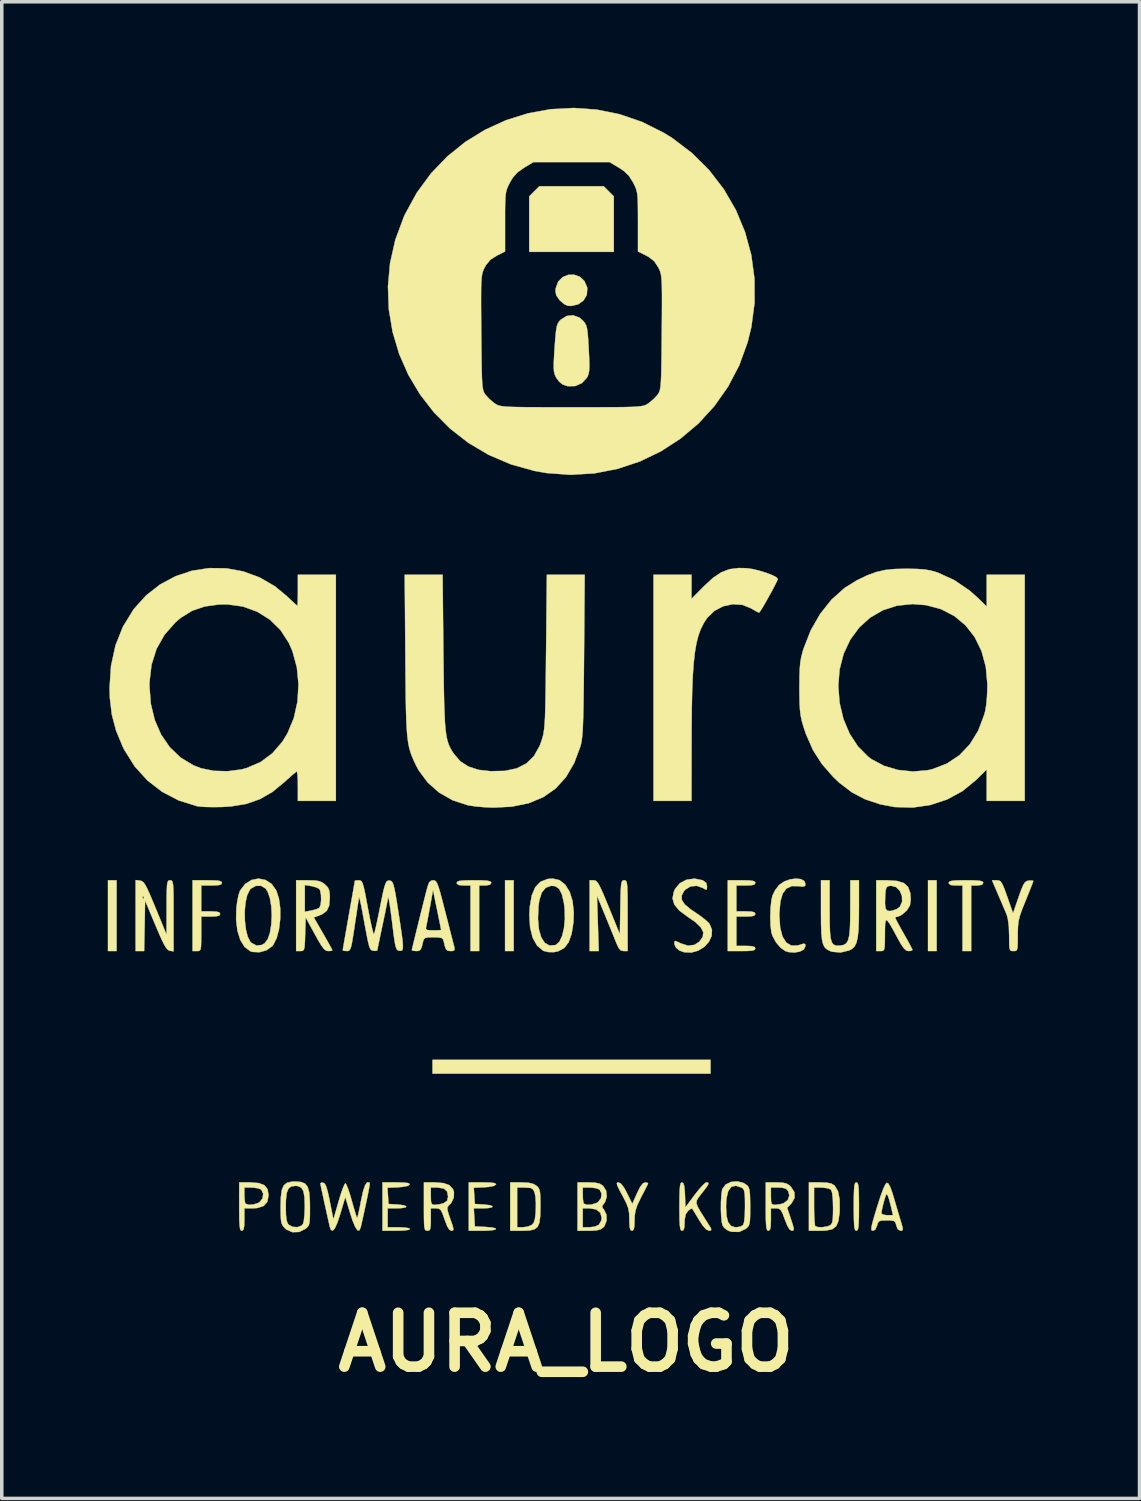
<source format=kicad_pcb>
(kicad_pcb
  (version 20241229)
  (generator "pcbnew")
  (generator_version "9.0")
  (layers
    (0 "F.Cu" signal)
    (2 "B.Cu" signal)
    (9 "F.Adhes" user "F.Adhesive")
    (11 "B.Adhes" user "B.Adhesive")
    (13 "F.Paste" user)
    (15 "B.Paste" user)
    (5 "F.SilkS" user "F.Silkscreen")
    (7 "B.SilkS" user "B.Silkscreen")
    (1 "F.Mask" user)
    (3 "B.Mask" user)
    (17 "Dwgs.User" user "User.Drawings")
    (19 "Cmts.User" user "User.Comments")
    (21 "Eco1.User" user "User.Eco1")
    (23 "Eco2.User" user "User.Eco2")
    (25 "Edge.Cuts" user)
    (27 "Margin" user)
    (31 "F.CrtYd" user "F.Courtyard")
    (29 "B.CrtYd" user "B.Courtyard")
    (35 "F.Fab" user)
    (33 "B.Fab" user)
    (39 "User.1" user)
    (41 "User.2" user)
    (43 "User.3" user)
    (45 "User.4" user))
  (footprint "AURA_LOGO"
    (layer "F.Cu")
    (at 13.096 17.021)
    (property "Reference" "AURA_LOGO" (at -0.127 17.907 0) (layer "F.SilkS") (effects (font (size 1.524 1.524) (thickness 0.3))))
    (attr through_hole)
    (fp_poly (pts (xy -12.847 6.838) (xy -13.091 6.838) (xy -13.091 4.836) (xy -12.847 4.836) (xy -12.847 6.838)) (stroke (width 0.01) (type solid)) (fill yes) (layer "F.SilkS"))
    (fp_poly (pts (xy -1.612 6.838) (xy -1.856 6.838) (xy -1.856 4.836) (xy -1.612 4.836) (xy -1.612 6.838)) (stroke (width 0.01) (type solid)) (fill yes) (layer "F.SilkS"))
    (fp_poly (pts (xy 3.957 10.307) (xy -3.908 10.307) (xy -3.908 9.916) (xy 3.957 9.916) (xy 3.957 10.307)) (stroke (width 0.01) (type solid)) (fill yes) (layer "F.SilkS"))
    (fp_poly (pts (xy 10.355 6.838) (xy 10.111 6.838) (xy 10.111 4.836) (xy 10.355 4.836) (xy 10.355 6.838)) (stroke (width 0.01) (type solid)) (fill yes) (layer "F.SilkS"))
    (fp_poly (pts (xy 1.221 -14.515) (xy 1.221 -12.944) (xy -1.172 -12.944) (xy -1.172 -14.515) (xy -1.03 -14.658) (xy -0.887 -14.8) (xy 0.936 -14.8) (xy 1.221 -14.515)) (stroke (width 0.01) (type solid)) (fill yes) (layer "F.SilkS"))
    (fp_poly (pts (xy 0.259 -12.241) (xy 0.388 -12.122) (xy 0.466 -11.943) (xy 0.471 -11.916) (xy 0.457 -11.727) (xy 0.365 -11.57) (xy 0.213 -11.46) (xy 0.02 -11.414) (xy -0.084 -11.42) (xy -0.184 -11.467) (xy -0.296 -11.562) (xy -0.321 -11.589) (xy -0.407 -11.715) (xy -0.43 -11.836) (xy -0.422 -11.916) (xy -0.353 -12.103) (xy -0.228 -12.229) (xy -0.071 -12.294) (xy 0.099 -12.298) (xy 0.259 -12.241)) (stroke (width 0.01) (type solid)) (fill yes) (layer "F.SilkS"))
    (fp_poly (pts (xy -2.508 4.838) (xy -2.361 4.847) (xy -2.281 4.865) (xy -2.249 4.894) (xy -2.247 4.909) (xy -2.284 4.963) (xy -2.402 4.982) (xy -2.418 4.982) (xy -2.589 4.982) (xy -2.589 6.838) (xy -2.833 6.838) (xy -2.833 4.982) (xy -3.028 4.982) (xy -3.164 4.97) (xy -3.22 4.93) (xy -3.224 4.909) (xy -3.208 4.875) (xy -3.149 4.853) (xy -3.03 4.841) (xy -2.837 4.836) (xy -2.735 4.836) (xy -2.508 4.838)) (stroke (width 0.01) (type solid)) (fill yes) (layer "F.SilkS"))
    (fp_poly (pts (xy 11.414 4.838) (xy 11.56 4.847) (xy 11.641 4.865) (xy 11.672 4.894) (xy 11.674 4.909) (xy 11.637 4.963) (xy 11.519 4.982) (xy 11.503 4.982) (xy 11.332 4.982) (xy 11.332 6.838) (xy 11.088 6.838) (xy 11.088 4.982) (xy 10.893 4.982) (xy 10.757 4.97) (xy 10.701 4.93) (xy 10.697 4.909) (xy 10.713 4.875) (xy 10.773 4.853) (xy 10.891 4.841) (xy 11.084 4.836) (xy 11.186 4.836) (xy 11.414 4.838)) (stroke (width 0.01) (type solid)) (fill yes) (layer "F.SilkS"))
    (fp_poly (pts (xy 8.114 13.398) (xy 8.134 13.448) (xy 8.147 13.549) (xy 8.154 13.715) (xy 8.157 13.959) (xy 8.157 14.068) (xy 8.156 14.343) (xy 8.15 14.536) (xy 8.14 14.658) (xy 8.122 14.725) (xy 8.096 14.75) (xy 8.084 14.752) (xy 8.054 14.738) (xy 8.034 14.687) (xy 8.021 14.586) (xy 8.014 14.421) (xy 8.011 14.176) (xy 8.011 14.068) (xy 8.012 13.792) (xy 8.018 13.6) (xy 8.028 13.477) (xy 8.046 13.41) (xy 8.072 13.385) (xy 8.084 13.384) (xy 8.114 13.398)) (stroke (width 0.01) (type solid)) (fill yes) (layer "F.SilkS"))
    (fp_poly (pts (xy -10.075 4.839) (xy -9.947 4.85) (xy -9.884 4.873) (xy -9.867 4.909) (xy -9.889 4.952) (xy -9.969 4.974) (xy -10.125 4.982) (xy -10.16 4.982) (xy -10.453 4.982) (xy -10.453 5.715) (xy -10.184 5.715) (xy -10.022 5.722) (xy -9.939 5.745) (xy -9.916 5.788) (xy -9.94 5.832) (xy -10.025 5.855) (xy -10.184 5.862) (xy -10.453 5.862) (xy -10.453 6.35) (xy -10.454 6.572) (xy -10.459 6.713) (xy -10.473 6.793) (xy -10.501 6.829) (xy -10.546 6.838) (xy -10.575 6.838) (xy -10.697 6.838) (xy -10.697 4.836) (xy -10.282 4.836) (xy -10.075 4.839)) (stroke (width 0.01) (type solid)) (fill yes) (layer "F.SilkS"))
    (fp_poly (pts (xy -4.724 13.388) (xy -4.603 13.402) (xy -4.555 13.427) (xy -4.555 13.445) (xy -4.615 13.484) (xy -4.758 13.511) (xy -4.879 13.521) (xy -5.183 13.535) (xy -5.168 13.765) (xy -5.153 13.994) (xy -4.897 14.009) (xy -4.727 14.03) (xy -4.651 14.059) (xy -4.669 14.09) (xy -4.781 14.111) (xy -4.909 14.117) (xy -5.178 14.117) (xy -5.178 14.654) (xy -4.86 14.654) (xy -4.694 14.661) (xy -4.581 14.679) (xy -4.543 14.703) (xy -4.588 14.727) (xy -4.713 14.744) (xy -4.899 14.751) (xy -4.933 14.752) (xy -5.324 14.752) (xy -5.324 13.384) (xy -4.929 13.384) (xy -4.724 13.388)) (stroke (width 0.01) (type solid)) (fill yes) (layer "F.SilkS"))
    (fp_poly (pts (xy -2.281 13.388) (xy -2.161 13.402) (xy -2.113 13.427) (xy -2.112 13.445) (xy -2.173 13.484) (xy -2.316 13.511) (xy -2.437 13.521) (xy -2.741 13.535) (xy -2.726 13.765) (xy -2.711 13.994) (xy -2.455 14.009) (xy -2.284 14.029) (xy -2.209 14.059) (xy -2.227 14.089) (xy -2.337 14.111) (xy -2.469 14.117) (xy -2.74 14.117) (xy -2.726 14.373) (xy -2.711 14.629) (xy -2.406 14.644) (xy -2.217 14.661) (xy -2.122 14.684) (xy -2.115 14.71) (xy -2.193 14.733) (xy -2.351 14.748) (xy -2.491 14.752) (xy -2.882 14.752) (xy -2.882 13.384) (xy -2.487 13.384) (xy -2.281 13.388)) (stroke (width 0.01) (type solid)) (fill yes) (layer "F.SilkS"))
    (fp_poly (pts (xy 5.036 4.839) (xy 5.157 4.852) (xy 5.214 4.877) (xy 5.227 4.909) (xy 5.202 4.953) (xy 5.118 4.976) (xy 4.958 4.982) (xy 4.689 4.982) (xy 4.689 5.715) (xy 4.958 5.715) (xy 5.12 5.722) (xy 5.203 5.745) (xy 5.227 5.788) (xy 5.202 5.832) (xy 5.118 5.855) (xy 4.958 5.862) (xy 4.689 5.862) (xy 4.689 6.692) (xy 4.958 6.692) (xy 5.12 6.699) (xy 5.203 6.722) (xy 5.227 6.765) (xy 5.208 6.803) (xy 5.141 6.825) (xy 5.009 6.836) (xy 4.836 6.838) (xy 4.445 6.838) (xy 4.445 4.836) (xy 4.836 4.836) (xy 5.036 4.839)) (stroke (width 0.01) (type solid)) (fill yes) (layer "F.SilkS"))
    (fp_poly (pts (xy 0.251 -11.084) (xy 0.346 -11.001) (xy 0.399 -10.937) (xy 0.436 -10.869) (xy 0.463 -10.777) (xy 0.482 -10.645) (xy 0.497 -10.451) (xy 0.511 -10.194) (xy 0.525 -9.921) (xy 0.529 -9.725) (xy 0.524 -9.59) (xy 0.508 -9.495) (xy 0.48 -9.421) (xy 0.461 -9.386) (xy 0.316 -9.23) (xy 0.126 -9.147) (xy -0.087 -9.145) (xy -0.227 -9.192) (xy -0.322 -9.269) (xy -0.411 -9.388) (xy -0.416 -9.398) (xy -0.449 -9.471) (xy -0.47 -9.554) (xy -0.479 -9.667) (xy -0.477 -9.828) (xy -0.465 -10.056) (xy -0.454 -10.225) (xy -0.435 -10.496) (xy -0.416 -10.688) (xy -0.396 -10.819) (xy -0.368 -10.907) (xy -0.331 -10.97) (xy -0.284 -11.022) (xy -0.115 -11.13) (xy 0.071 -11.15) (xy 0.251 -11.084)) (stroke (width 0.01) (type solid)) (fill yes) (layer "F.SilkS"))
    (fp_poly (pts (xy 2.181 13.399) (xy 2.19 13.42) (xy 2.161 13.478) (xy 2.099 13.6) (xy 2.015 13.761) (xy 1.99 13.81) (xy 1.891 14.015) (xy 1.835 14.177) (xy 1.811 14.334) (xy 1.807 14.457) (xy 1.802 14.628) (xy 1.782 14.72) (xy 1.743 14.751) (xy 1.734 14.752) (xy 1.693 14.73) (xy 1.67 14.655) (xy 1.661 14.507) (xy 1.661 14.432) (xy 1.655 14.258) (xy 1.631 14.117) (xy 1.577 13.974) (xy 1.484 13.79) (xy 1.461 13.748) (xy 1.366 13.571) (xy 1.316 13.462) (xy 1.307 13.405) (xy 1.333 13.385) (xy 1.353 13.384) (xy 1.427 13.422) (xy 1.516 13.541) (xy 1.594 13.687) (xy 1.744 13.991) (xy 1.88 13.687) (xy 1.969 13.509) (xy 2.043 13.412) (xy 2.111 13.384) (xy 2.181 13.399)) (stroke (width 0.01) (type solid)) (fill yes) (layer "F.SilkS"))
    (fp_poly (pts (xy -1.192 13.394) (xy -1.054 13.427) (xy -0.97 13.477) (xy -0.917 13.527) (xy -0.884 13.588) (xy -0.865 13.68) (xy -0.857 13.827) (xy -0.855 14.048) (xy -0.855 14.058) (xy -0.86 14.332) (xy -0.884 14.522) (xy -0.937 14.645) (xy -1.03 14.714) (xy -1.175 14.745) (xy -1.375 14.752) (xy -1.71 14.752) (xy -1.71 13.53) (xy -1.514 13.53) (xy -1.514 14.654) (xy -1.353 14.654) (xy -1.209 14.633) (xy -1.097 14.585) (xy -1.045 14.526) (xy -1.012 14.426) (xy -0.992 14.263) (xy -0.986 14.158) (xy -0.984 13.96) (xy -0.997 13.784) (xy -1.02 13.666) (xy -1.02 13.665) (xy -1.065 13.581) (xy -1.133 13.541) (xy -1.26 13.531) (xy -1.293 13.53) (xy -1.514 13.53) (xy -1.71 13.53) (xy -1.71 13.384) (xy -1.398 13.384) (xy -1.192 13.394)) (stroke (width 0.01) (type solid)) (fill yes) (layer "F.SilkS"))
    (fp_poly (pts (xy 0.699 4.844) (xy 0.743 4.877) (xy 0.793 4.946) (xy 0.854 5.066) (xy 0.935 5.247) (xy 1.041 5.504) (xy 1.081 5.6) (xy 1.392 6.365) (xy 1.406 5.6) (xy 1.411 5.312) (xy 1.418 5.106) (xy 1.428 4.97) (xy 1.443 4.89) (xy 1.465 4.85) (xy 1.497 4.837) (xy 1.515 4.836) (xy 1.548 4.84) (xy 1.572 4.86) (xy 1.589 4.909) (xy 1.601 4.999) (xy 1.607 5.143) (xy 1.611 5.353) (xy 1.612 5.641) (xy 1.612 5.837) (xy 1.612 6.838) (xy 1.497 6.838) (xy 1.421 6.821) (xy 1.36 6.754) (xy 1.295 6.618) (xy 1.281 6.582) (xy 1.22 6.429) (xy 1.134 6.217) (xy 1.036 5.978) (xy 0.963 5.799) (xy 0.745 5.272) (xy 0.795 6.838) (xy 0.537 6.838) (xy 0.537 4.836) (xy 0.653 4.836) (xy 0.699 4.844)) (stroke (width 0.01) (type solid)) (fill yes) (layer "F.SilkS"))
    (fp_poly (pts (xy 7.327 5.687) (xy 7.329 6.029) (xy 7.337 6.284) (xy 7.355 6.466) (xy 7.386 6.585) (xy 7.435 6.653) (xy 7.504 6.683) (xy 7.598 6.686) (xy 7.637 6.682) (xy 7.729 6.663) (xy 7.799 6.619) (xy 7.848 6.537) (xy 7.881 6.406) (xy 7.901 6.212) (xy 7.91 5.944) (xy 7.912 5.63) (xy 7.913 4.836) (xy 8.157 4.836) (xy 8.157 5.605) (xy 8.154 5.971) (xy 8.143 6.251) (xy 8.12 6.46) (xy 8.084 6.609) (xy 8.032 6.711) (xy 7.96 6.779) (xy 7.887 6.818) (xy 7.637 6.879) (xy 7.399 6.858) (xy 7.344 6.839) (xy 7.257 6.795) (xy 7.191 6.737) (xy 7.144 6.649) (xy 7.113 6.52) (xy 7.094 6.334) (xy 7.085 6.079) (xy 7.083 5.741) (xy 7.083 5.704) (xy 7.083 4.836) (xy 7.327 4.836) (xy 7.327 5.687)) (stroke (width 0.01) (type solid)) (fill yes) (layer "F.SilkS"))
    (fp_poly (pts (xy -8.822 13.403) (xy -8.664 13.464) (xy -8.576 13.575) (xy -8.548 13.743) (xy -8.548 13.75) (xy -8.582 13.933) (xy -8.687 14.051) (xy -8.867 14.109) (xy -8.988 14.117) (xy -9.232 14.117) (xy -9.232 14.434) (xy -9.237 14.612) (xy -9.254 14.711) (xy -9.289 14.749) (xy -9.305 14.752) (xy -9.335 14.738) (xy -9.355 14.687) (xy -9.368 14.586) (xy -9.376 14.421) (xy -9.378 14.176) (xy -9.378 14.068) (xy -9.378 13.53) (xy -9.232 13.53) (xy -9.232 13.742) (xy -9.225 13.879) (xy -9.208 13.971) (xy -9.199 13.986) (xy -9.111 14.017) (xy -8.979 14.009) (xy -8.846 13.968) (xy -8.803 13.943) (xy -8.717 13.835) (xy -8.699 13.703) (xy -8.753 13.589) (xy -8.836 13.552) (xy -8.972 13.532) (xy -9.022 13.53) (xy -9.232 13.53) (xy -9.378 13.53) (xy -9.378 13.384) (xy -9.061 13.384) (xy -8.822 13.403)) (stroke (width 0.01) (type solid)) (fill yes) (layer "F.SilkS"))
    (fp_poly (pts (xy 7.252 13.391) (xy 7.376 13.417) (xy 7.46 13.468) (xy 7.471 13.479) (xy 7.564 13.633) (xy 7.61 13.865) (xy 7.612 14.18) (xy 7.607 14.254) (xy 7.575 14.479) (xy 7.513 14.625) (xy 7.401 14.709) (xy 7.224 14.746) (xy 7.053 14.752) (xy 6.741 14.752) (xy 6.741 13.53) (xy 6.887 13.53) (xy 6.887 14.06) (xy 6.89 14.278) (xy 6.898 14.459) (xy 6.909 14.581) (xy 6.92 14.621) (xy 7.001 14.649) (xy 7.13 14.651) (xy 7.264 14.628) (xy 7.33 14.603) (xy 7.375 14.568) (xy 7.403 14.508) (xy 7.418 14.401) (xy 7.424 14.229) (xy 7.425 14.1) (xy 7.418 13.851) (xy 7.398 13.678) (xy 7.368 13.591) (xy 7.366 13.589) (xy 7.283 13.552) (xy 7.147 13.532) (xy 7.097 13.53) (xy 6.887 13.53) (xy 6.741 13.53) (xy 6.741 13.384) (xy 7.058 13.384) (xy 7.252 13.391)) (stroke (width 0.01) (type solid)) (fill yes) (layer "F.SilkS"))
    (fp_poly (pts (xy 6.514 4.803) (xy 6.612 4.857) (xy 6.643 4.935) (xy 6.631 4.996) (xy 6.578 5.016) (xy 6.456 5.002) (xy 6.454 5.002) (xy 6.256 5) (xy 6.105 5.069) (xy 5.999 5.213) (xy 5.934 5.437) (xy 5.907 5.747) (xy 5.905 5.845) (xy 5.928 6.175) (xy 5.993 6.427) (xy 6.099 6.597) (xy 6.244 6.682) (xy 6.425 6.68) (xy 6.498 6.657) (xy 6.598 6.627) (xy 6.637 6.644) (xy 6.643 6.697) (xy 6.6 6.789) (xy 6.488 6.852) (xy 6.334 6.88) (xy 6.166 6.867) (xy 6.077 6.84) (xy 5.939 6.744) (xy 5.808 6.588) (xy 5.71 6.407) (xy 5.68 6.312) (xy 5.656 6.119) (xy 5.648 5.879) (xy 5.656 5.63) (xy 5.679 5.409) (xy 5.71 5.267) (xy 5.786 5.114) (xy 5.895 4.973) (xy 5.904 4.964) (xy 6.042 4.87) (xy 6.205 4.811) (xy 6.37 4.788) (xy 6.514 4.803)) (stroke (width 0.01) (type solid)) (fill yes) (layer "F.SilkS"))
    (fp_poly (pts (xy 4.981 -3.994) (xy 5.146 -3.97) (xy 5.335 -3.925) (xy 5.524 -3.867) (xy 5.691 -3.804) (xy 5.811 -3.744) (xy 5.861 -3.695) (xy 5.862 -3.692) (xy 5.84 -3.633) (xy 5.781 -3.515) (xy 5.699 -3.358) (xy 5.603 -3.184) (xy 5.507 -3.014) (xy 5.422 -2.868) (xy 5.359 -2.769) (xy 5.332 -2.737) (xy 5.275 -2.761) (xy 5.166 -2.822) (xy 5.104 -2.859) (xy 4.855 -2.958) (xy 4.584 -2.976) (xy 4.314 -2.917) (xy 4.066 -2.786) (xy 3.865 -2.59) (xy 3.857 -2.579) (xy 3.762 -2.433) (xy 3.682 -2.272) (xy 3.614 -2.088) (xy 3.559 -1.871) (xy 3.515 -1.613) (xy 3.481 -1.306) (xy 3.455 -0.94) (xy 3.438 -0.507) (xy 3.427 0.002) (xy 3.422 0.596) (xy 3.421 0.916) (xy 3.419 2.589) (xy 2.345 2.589) (xy 2.345 -3.81) (xy 3.419 -3.81) (xy 3.419 -3.128) (xy 3.773 -3.486) (xy 4.026 -3.72) (xy 4.258 -3.876) (xy 4.492 -3.966) (xy 4.752 -4) (xy 4.981 -3.994)) (stroke (width 0.01) (type solid)) (fill yes) (layer "F.SilkS"))
    (fp_poly (pts (xy 12.119 4.842) (xy 12.169 4.872) (xy 12.215 4.943) (xy 12.27 5.071) (xy 12.343 5.273) (xy 12.353 5.301) (xy 12.517 5.767) (xy 12.674 5.313) (xy 12.749 5.103) (xy 12.806 4.968) (xy 12.856 4.892) (xy 12.909 4.856) (xy 12.961 4.845) (xy 13.056 4.842) (xy 13.091 4.855) (xy 13.073 4.907) (xy 13.026 5.031) (xy 12.955 5.208) (xy 12.871 5.417) (xy 12.775 5.655) (xy 12.712 5.834) (xy 12.675 5.983) (xy 12.657 6.132) (xy 12.651 6.311) (xy 12.651 6.396) (xy 12.65 6.605) (xy 12.644 6.735) (xy 12.627 6.805) (xy 12.594 6.833) (xy 12.541 6.838) (xy 12.529 6.838) (xy 12.471 6.835) (xy 12.435 6.812) (xy 12.416 6.75) (xy 12.408 6.63) (xy 12.407 6.434) (xy 12.407 6.405) (xy 12.398 6.143) (xy 12.371 5.931) (xy 12.338 5.806) (xy 12.286 5.685) (xy 12.21 5.507) (xy 12.123 5.304) (xy 12.095 5.239) (xy 11.922 4.836) (xy 12.056 4.836) (xy 12.119 4.842)) (stroke (width 0.01) (type solid)) (fill yes) (layer "F.SilkS"))
    (fp_poly (pts (xy -12.183 4.845) (xy -12.133 4.858) (xy -12.086 4.894) (xy -12.035 4.966) (xy -11.973 5.085) (xy -11.892 5.266) (xy -11.785 5.521) (xy -11.745 5.617) (xy -11.434 6.374) (xy -11.432 5.605) (xy -11.431 5.315) (xy -11.427 5.109) (xy -11.42 4.973) (xy -11.406 4.891) (xy -11.385 4.851) (xy -11.355 4.837) (xy -11.332 4.836) (xy -11.3 4.84) (xy -11.275 4.859) (xy -11.258 4.907) (xy -11.246 4.995) (xy -11.239 5.137) (xy -11.236 5.344) (xy -11.235 5.628) (xy -11.235 5.841) (xy -11.235 6.845) (xy -11.343 6.83) (xy -11.391 6.809) (xy -11.443 6.752) (xy -11.506 6.647) (xy -11.586 6.482) (xy -11.691 6.243) (xy -11.746 6.112) (xy -12.041 5.41) (xy -12.054 6.124) (xy -12.068 6.838) (xy -12.309 6.838) (xy -12.309 5.324) (xy -12.114 5.324) (xy -12.096 5.364) (xy -12.081 5.357) (xy -12.075 5.299) (xy -12.081 5.292) (xy -12.11 5.298) (xy -12.114 5.324) (xy -12.309 5.324) (xy -12.309 4.829) (xy -12.183 4.845)) (stroke (width 0.01) (type solid)) (fill yes) (layer "F.SilkS"))
    (fp_poly (pts (xy -0.315 4.832) (xy -0.153 4.96) (xy -0.028 5.162) (xy 0.054 5.425) (xy 0.088 5.741) (xy 0.079 6.023) (xy 0.028 6.348) (xy -0.057 6.588) (xy -0.182 6.751) (xy -0.352 6.844) (xy -0.472 6.869) (xy -0.631 6.867) (xy -0.769 6.833) (xy -0.78 6.827) (xy -0.951 6.683) (xy -1.075 6.46) (xy -1.148 6.167) (xy -1.162 5.929) (xy -0.925 5.929) (xy -0.898 6.224) (xy -0.832 6.452) (xy -0.732 6.606) (xy -0.599 6.681) (xy -0.437 6.669) (xy -0.417 6.662) (xy -0.32 6.576) (xy -0.242 6.413) (xy -0.189 6.191) (xy -0.163 5.931) (xy -0.169 5.651) (xy -0.191 5.476) (xy -0.247 5.234) (xy -0.326 5.078) (xy -0.435 5.002) (xy -0.554 4.992) (xy -0.706 5.047) (xy -0.816 5.181) (xy -0.886 5.397) (xy -0.911 5.575) (xy -0.925 5.929) (xy -1.162 5.929) (xy -1.169 5.812) (xy -1.156 5.585) (xy -1.101 5.266) (xy -1.002 5.032) (xy -0.854 4.878) (xy -0.655 4.799) (xy -0.51 4.787) (xy -0.315 4.832)) (stroke (width 0.01) (type solid)) (fill yes) (layer "F.SilkS"))
    (fp_poly (pts (xy 3.734 4.835) (xy 3.835 4.907) (xy 3.859 5.007) (xy 3.853 5.091) (xy 3.818 5.1) (xy 3.74 5.053) (xy 3.568 4.992) (xy 3.39 5.01) (xy 3.24 5.102) (xy 3.21 5.137) (xy 3.141 5.268) (xy 3.144 5.39) (xy 3.225 5.515) (xy 3.39 5.654) (xy 3.513 5.737) (xy 3.682 5.853) (xy 3.825 5.965) (xy 3.917 6.052) (xy 3.927 6.064) (xy 3.998 6.237) (xy 3.988 6.413) (xy 3.911 6.578) (xy 3.78 6.72) (xy 3.611 6.825) (xy 3.418 6.88) (xy 3.216 6.873) (xy 3.077 6.824) (xy 2.981 6.742) (xy 2.94 6.654) (xy 2.933 6.574) (xy 2.96 6.552) (xy 3.041 6.584) (xy 3.108 6.618) (xy 3.318 6.686) (xy 3.506 6.662) (xy 3.641 6.572) (xy 3.738 6.439) (xy 3.753 6.307) (xy 3.685 6.17) (xy 3.529 6.019) (xy 3.301 5.861) (xy 3.071 5.69) (xy 2.933 5.522) (xy 2.883 5.349) (xy 2.919 5.161) (xy 2.956 5.078) (xy 3.09 4.918) (xy 3.281 4.819) (xy 3.505 4.789) (xy 3.734 4.835)) (stroke (width 0.01) (type solid)) (fill yes) (layer "F.SilkS"))
    (fp_poly (pts (xy -8.636 4.826) (xy -8.46 4.939) (xy -8.329 5.123) (xy -8.254 5.354) (xy -8.217 5.63) (xy -8.217 5.926) (xy -8.251 6.215) (xy -8.317 6.469) (xy -8.414 6.664) (xy -8.442 6.699) (xy -8.604 6.815) (xy -8.806 6.872) (xy -9.008 6.862) (xy -9.066 6.842) (xy -9.225 6.723) (xy -9.347 6.524) (xy -9.429 6.26) (xy -9.466 5.942) (xy -9.46 5.714) (xy -9.222 5.714) (xy -9.218 5.973) (xy -9.19 6.219) (xy -9.139 6.428) (xy -9.065 6.574) (xy -9.033 6.606) (xy -8.887 6.683) (xy -8.743 6.666) (xy -8.661 6.619) (xy -8.572 6.505) (xy -8.508 6.32) (xy -8.47 6.087) (xy -8.457 5.83) (xy -8.47 5.573) (xy -8.509 5.339) (xy -8.576 5.152) (xy -8.632 5.069) (xy -8.759 4.992) (xy -8.908 4.994) (xy -9.045 5.07) (xy -9.078 5.106) (xy -9.152 5.256) (xy -9.2 5.467) (xy -9.222 5.714) (xy -9.46 5.714) (xy -9.458 5.628) (xy -9.433 5.429) (xy -9.396 5.251) (xy -9.356 5.132) (xy -9.212 4.942) (xy -9.031 4.827) (xy -8.833 4.788) (xy -8.636 4.826)) (stroke (width 0.01) (type solid)) (fill yes) (layer "F.SilkS"))
    (fp_poly (pts (xy 8.991 13.419) (xy 9.043 13.514) (xy 9.106 13.691) (xy 9.149 13.834) (xy 9.216 14.063) (xy 9.282 14.287) (xy 9.336 14.467) (xy 9.352 14.52) (xy 9.391 14.657) (xy 9.398 14.726) (xy 9.37 14.749) (xy 9.333 14.752) (xy 9.253 14.708) (xy 9.215 14.605) (xy 9.19 14.518) (xy 9.144 14.474) (xy 9.046 14.46) (xy 8.944 14.458) (xy 8.799 14.463) (xy 8.722 14.486) (xy 8.686 14.544) (xy 8.67 14.605) (xy 8.618 14.722) (xy 8.551 14.752) (xy 8.52 14.743) (xy 8.507 14.707) (xy 8.514 14.632) (xy 8.545 14.502) (xy 8.602 14.304) (xy 8.615 14.26) (xy 8.792 14.26) (xy 8.835 14.295) (xy 8.94 14.312) (xy 8.957 14.312) (xy 9.121 14.312) (xy 9.045 13.994) (xy 9.003 13.841) (xy 8.964 13.74) (xy 8.937 13.713) (xy 8.936 13.713) (xy 8.907 13.779) (xy 8.869 13.903) (xy 8.83 14.05) (xy 8.802 14.184) (xy 8.792 14.26) (xy 8.615 14.26) (xy 8.67 14.08) (xy 8.764 13.785) (xy 8.844 13.569) (xy 8.907 13.436) (xy 8.946 13.394) (xy 8.991 13.419)) (stroke (width 0.01) (type solid)) (fill yes) (layer "F.SilkS"))
    (fp_poly (pts (xy -7.63 13.372) (xy -7.515 13.417) (xy -7.441 13.51) (xy -7.398 13.663) (xy -7.379 13.89) (xy -7.376 14.094) (xy -7.377 14.322) (xy -7.384 14.473) (xy -7.4 14.569) (xy -7.432 14.631) (xy -7.482 14.681) (xy -7.504 14.699) (xy -7.683 14.786) (xy -7.874 14.792) (xy -8.046 14.716) (xy -8.086 14.68) (xy -8.141 14.618) (xy -8.177 14.549) (xy -8.196 14.45) (xy -8.204 14.3) (xy -8.206 14.075) (xy -8.206 14.068) (xy -8.06 14.068) (xy -8.055 14.299) (xy -8.038 14.452) (xy -8.007 14.544) (xy -7.983 14.577) (xy -7.867 14.641) (xy -7.73 14.65) (xy -7.614 14.606) (xy -7.573 14.559) (xy -7.549 14.468) (xy -7.532 14.309) (xy -7.523 14.112) (xy -7.522 14.05) (xy -7.531 13.799) (xy -7.562 13.631) (xy -7.622 13.532) (xy -7.718 13.487) (xy -7.791 13.482) (xy -7.908 13.499) (xy -7.986 13.562) (xy -8.034 13.684) (xy -8.056 13.879) (xy -8.06 14.068) (xy -8.206 14.068) (xy -8.199 13.794) (xy -8.171 13.595) (xy -8.116 13.466) (xy -8.024 13.394) (xy -7.889 13.363) (xy -7.791 13.359) (xy -7.63 13.372)) (stroke (width 0.01) (type solid)) (fill yes) (layer "F.SilkS"))
    (fp_poly (pts (xy 4.89 13.4) (xy 4.995 13.468) (xy 5.034 13.519) (xy 5.059 13.599) (xy 5.073 13.727) (xy 5.079 13.923) (xy 5.08 14.072) (xy 5.079 14.305) (xy 5.073 14.461) (xy 5.057 14.561) (xy 5.029 14.625) (xy 4.982 14.674) (xy 4.951 14.699) (xy 4.767 14.785) (xy 4.556 14.781) (xy 4.46 14.751) (xy 4.352 14.675) (xy 4.302 14.611) (xy 4.276 14.511) (xy 4.259 14.343) (xy 4.251 14.138) (xy 4.252 14.068) (xy 4.396 14.068) (xy 4.41 14.331) (xy 4.455 14.51) (xy 4.536 14.614) (xy 4.657 14.653) (xy 4.682 14.654) (xy 4.803 14.634) (xy 4.875 14.595) (xy 4.906 14.512) (xy 4.926 14.339) (xy 4.933 14.086) (xy 4.933 14.06) (xy 4.931 13.836) (xy 4.923 13.691) (xy 4.904 13.604) (xy 4.872 13.554) (xy 4.839 13.532) (xy 4.672 13.477) (xy 4.545 13.51) (xy 4.457 13.633) (xy 4.407 13.845) (xy 4.396 14.068) (xy 4.252 14.068) (xy 4.253 13.924) (xy 4.265 13.733) (xy 4.286 13.593) (xy 4.294 13.566) (xy 4.389 13.442) (xy 4.539 13.37) (xy 4.716 13.355) (xy 4.89 13.4)) (stroke (width 0.01) (type solid)) (fill yes) (layer "F.SilkS"))
    (fp_poly (pts (xy -7.234 4.841) (xy -7.106 4.862) (xy -7.011 4.908) (xy -6.951 4.954) (xy -6.87 5.037) (xy -6.829 5.129) (xy -6.815 5.267) (xy -6.814 5.343) (xy -6.834 5.556) (xy -6.901 5.7) (xy -7.032 5.798) (xy -7.128 5.837) (xy -7.268 5.886) (xy -7.005 6.341) (xy -6.897 6.529) (xy -6.811 6.683) (xy -6.756 6.785) (xy -6.741 6.818) (xy -6.783 6.833) (xy -6.86 6.838) (xy -6.92 6.826) (xy -6.98 6.779) (xy -7.053 6.682) (xy -7.149 6.523) (xy -7.238 6.362) (xy -7.498 5.886) (xy -7.512 6.362) (xy -7.519 6.581) (xy -7.529 6.719) (xy -7.547 6.796) (xy -7.577 6.83) (xy -7.625 6.838) (xy -7.646 6.838) (xy -7.767 6.838) (xy -7.767 5.726) (xy -7.522 5.726) (xy -7.339 5.692) (xy -7.207 5.658) (xy -7.116 5.618) (xy -7.107 5.611) (xy -7.074 5.528) (xy -7.06 5.392) (xy -7.065 5.242) (xy -7.089 5.122) (xy -7.111 5.081) (xy -7.192 5.038) (xy -7.322 5.002) (xy -7.343 4.999) (xy -7.522 4.97) (xy -7.522 5.726) (xy -7.767 5.726) (xy -7.767 4.836) (xy -7.427 4.836) (xy -7.234 4.841)) (stroke (width 0.01) (type solid)) (fill yes) (layer "F.SilkS"))
    (fp_poly (pts (xy 3.89 13.392) (xy 3.898 13.426) (xy 3.856 13.501) (xy 3.758 13.631) (xy 3.713 13.687) (xy 3.622 13.803) (xy 3.57 13.889) (xy 3.559 13.969) (xy 3.591 14.066) (xy 3.668 14.203) (xy 3.783 14.385) (xy 3.873 14.528) (xy 3.945 14.642) (xy 3.974 14.69) (xy 3.972 14.741) (xy 3.914 14.752) (xy 3.832 14.713) (xy 3.729 14.593) (xy 3.634 14.446) (xy 3.543 14.295) (xy 3.473 14.179) (xy 3.437 14.123) (xy 3.436 14.121) (xy 3.393 14.135) (xy 3.322 14.19) (xy 3.254 14.287) (xy 3.226 14.435) (xy 3.224 14.515) (xy 3.216 14.666) (xy 3.187 14.738) (xy 3.151 14.752) (xy 3.121 14.738) (xy 3.1 14.687) (xy 3.087 14.586) (xy 3.08 14.421) (xy 3.077 14.176) (xy 3.077 14.068) (xy 3.079 13.791) (xy 3.085 13.598) (xy 3.096 13.475) (xy 3.114 13.408) (xy 3.14 13.385) (xy 3.148 13.384) (xy 3.188 13.408) (xy 3.214 13.492) (xy 3.23 13.651) (xy 3.234 13.736) (xy 3.248 14.089) (xy 3.509 13.736) (xy 3.633 13.58) (xy 3.742 13.459) (xy 3.819 13.392) (xy 3.839 13.384) (xy 3.89 13.392)) (stroke (width 0.01) (type solid)) (fill yes) (layer "F.SilkS"))
    (fp_poly (pts (xy 0.696 13.392) (xy 0.821 13.42) (xy 0.911 13.476) (xy 0.919 13.483) (xy 1.004 13.621) (xy 1.022 13.789) (xy 0.972 13.943) (xy 0.945 13.978) (xy 0.891 14.053) (xy 0.908 14.113) (xy 0.945 14.157) (xy 1.013 14.297) (xy 1.017 14.465) (xy 0.958 14.617) (xy 0.928 14.654) (xy 0.849 14.711) (xy 0.736 14.741) (xy 0.562 14.751) (xy 0.513 14.752) (xy 0.195 14.752) (xy 0.195 14.117) (xy 0.342 14.117) (xy 0.342 14.654) (xy 0.534 14.654) (xy 0.685 14.634) (xy 0.795 14.584) (xy 0.802 14.577) (xy 0.865 14.467) (xy 0.879 14.385) (xy 0.838 14.24) (xy 0.719 14.148) (xy 0.534 14.117) (xy 0.342 14.117) (xy 0.195 14.117) (xy 0.195 13.53) (xy 0.342 13.53) (xy 0.342 13.742) (xy 0.349 13.879) (xy 0.366 13.971) (xy 0.374 13.986) (xy 0.463 14.017) (xy 0.595 14.009) (xy 0.728 13.968) (xy 0.771 13.943) (xy 0.857 13.835) (xy 0.875 13.703) (xy 0.821 13.589) (xy 0.738 13.552) (xy 0.602 13.532) (xy 0.552 13.53) (xy 0.342 13.53) (xy 0.195 13.53) (xy 0.195 13.384) (xy 0.504 13.384) (xy 0.696 13.392)) (stroke (width 0.01) (type solid)) (fill yes) (layer "F.SilkS"))
    (fp_poly (pts (xy 5.994 13.391) (xy 6.111 13.417) (xy 6.199 13.474) (xy 6.23 13.504) (xy 6.33 13.659) (xy 6.336 13.823) (xy 6.249 13.977) (xy 6.237 13.989) (xy 6.125 14.102) (xy 6.234 14.427) (xy 6.289 14.596) (xy 6.313 14.694) (xy 6.306 14.739) (xy 6.271 14.751) (xy 6.258 14.752) (xy 6.196 14.718) (xy 6.13 14.609) (xy 6.061 14.434) (xy 5.998 14.266) (xy 5.947 14.17) (xy 5.893 14.127) (xy 5.82 14.117) (xy 5.807 14.117) (xy 5.666 14.117) (xy 5.666 14.434) (xy 5.661 14.612) (xy 5.644 14.711) (xy 5.61 14.749) (xy 5.593 14.752) (xy 5.563 14.738) (xy 5.543 14.687) (xy 5.53 14.586) (xy 5.522 14.421) (xy 5.52 14.176) (xy 5.52 14.068) (xy 5.52 13.53) (xy 5.666 13.53) (xy 5.666 13.775) (xy 5.67 13.92) (xy 5.691 13.992) (xy 5.739 14.017) (xy 5.785 14.019) (xy 5.927 14.001) (xy 6.025 13.973) (xy 6.144 13.883) (xy 6.187 13.752) (xy 6.156 13.63) (xy 6.095 13.564) (xy 5.987 13.534) (xy 5.884 13.53) (xy 5.666 13.53) (xy 5.52 13.53) (xy 5.52 13.384) (xy 5.815 13.384) (xy 5.994 13.391)) (stroke (width 0.01) (type solid)) (fill yes) (layer "F.SilkS"))
    (fp_poly (pts (xy -5.693 13.389) (xy -5.688 13.394) (xy -5.687 13.441) (xy -5.706 13.562) (xy -5.745 13.763) (xy -5.805 14.048) (xy -5.887 14.421) (xy -5.936 14.642) (xy -5.976 14.74) (xy -6.029 14.742) (xy -6.094 14.648) (xy -6.172 14.46) (xy -6.232 14.275) (xy -6.377 13.799) (xy -6.518 14.275) (xy -6.602 14.529) (xy -6.675 14.689) (xy -6.737 14.753) (xy -6.786 14.721) (xy -6.814 14.642) (xy -6.852 14.475) (xy -6.898 14.27) (xy -6.947 14.048) (xy -6.995 13.83) (xy -7.036 13.637) (xy -7.067 13.492) (xy -7.082 13.414) (xy -7.083 13.408) (xy -7.043 13.389) (xy -6.999 13.393) (xy -6.955 13.423) (xy -6.914 13.506) (xy -6.871 13.655) (xy -6.821 13.885) (xy -6.814 13.922) (xy -6.713 14.434) (xy -6.566 13.921) (xy -6.503 13.714) (xy -6.445 13.547) (xy -6.398 13.439) (xy -6.374 13.408) (xy -6.343 13.452) (xy -6.295 13.571) (xy -6.238 13.745) (xy -6.196 13.89) (xy -6.139 14.092) (xy -6.09 14.257) (xy -6.056 14.363) (xy -6.044 14.39) (xy -6.028 14.354) (xy -5.999 14.24) (xy -5.963 14.069) (xy -5.934 13.916) (xy -5.875 13.642) (xy -5.816 13.464) (xy -5.755 13.38) (xy -5.693 13.389)) (stroke (width 0.01) (type solid)) (fill yes) (layer "F.SilkS"))
    (fp_poly (pts (xy -3.599 13.403) (xy -3.432 13.463) (xy -3.332 13.57) (xy -3.302 13.652) (xy -3.306 13.814) (xy -3.381 13.97) (xy -3.455 14.045) (xy -3.486 14.086) (xy -3.487 14.155) (xy -3.455 14.276) (xy -3.404 14.423) (xy -3.344 14.594) (xy -3.318 14.692) (xy -3.323 14.738) (xy -3.357 14.751) (xy -3.372 14.752) (xy -3.433 14.722) (xy -3.493 14.625) (xy -3.562 14.446) (xy -3.566 14.434) (xy -3.625 14.266) (xy -3.673 14.17) (xy -3.726 14.127) (xy -3.799 14.117) (xy -3.814 14.117) (xy -3.957 14.117) (xy -3.957 14.434) (xy -3.96 14.606) (xy -3.973 14.702) (xy -4.004 14.743) (xy -4.054 14.752) (xy -4.093 14.746) (xy -4.12 14.721) (xy -4.137 14.661) (xy -4.147 14.55) (xy -4.151 14.374) (xy -4.152 14.119) (xy -4.152 14.068) (xy -4.152 13.53) (xy -3.957 13.53) (xy -3.957 13.775) (xy -3.952 13.92) (xy -3.932 13.992) (xy -3.883 14.017) (xy -3.838 14.019) (xy -3.697 14.001) (xy -3.593 13.971) (xy -3.495 13.903) (xy -3.468 13.786) (xy -3.496 13.64) (xy -3.586 13.558) (xy -3.752 13.531) (xy -3.771 13.53) (xy -3.957 13.53) (xy -4.152 13.53) (xy -4.152 13.384) (xy -3.845 13.384) (xy -3.599 13.403)) (stroke (width 0.01) (type solid)) (fill yes) (layer "F.SilkS"))
    (fp_poly (pts (xy 9.234 4.854) (xy 9.426 4.913) (xy 9.547 5.024) (xy 9.609 5.193) (xy 9.623 5.379) (xy 9.6 5.545) (xy 9.518 5.678) (xy 9.48 5.719) (xy 9.372 5.809) (xy 9.279 5.858) (xy 9.26 5.862) (xy 9.193 5.878) (xy 9.183 5.892) (xy 9.206 5.945) (xy 9.267 6.063) (xy 9.357 6.226) (xy 9.427 6.35) (xy 9.53 6.532) (xy 9.612 6.683) (xy 9.661 6.781) (xy 9.672 6.808) (xy 9.63 6.832) (xy 9.559 6.838) (xy 9.493 6.821) (xy 9.426 6.76) (xy 9.344 6.639) (xy 9.244 6.46) (xy 9.111 6.213) (xy 9.016 6.05) (xy 8.954 5.97) (xy 8.917 5.971) (xy 8.899 6.051) (xy 8.893 6.208) (xy 8.892 6.362) (xy 8.89 6.581) (xy 8.884 6.719) (xy 8.869 6.796) (xy 8.84 6.83) (xy 8.793 6.838) (xy 8.768 6.838) (xy 8.646 6.838) (xy 8.646 5.503) (xy 8.894 5.503) (xy 8.909 5.631) (xy 8.952 5.693) (xy 9.03 5.706) (xy 9.098 5.696) (xy 9.228 5.65) (xy 9.317 5.583) (xy 9.317 5.583) (xy 9.379 5.435) (xy 9.373 5.276) (xy 9.311 5.131) (xy 9.205 5.027) (xy 9.067 4.99) (xy 9.046 4.992) (xy 8.972 5.007) (xy 8.931 5.048) (xy 8.91 5.139) (xy 8.9 5.294) (xy 8.894 5.503) (xy 8.646 5.503) (xy 8.646 4.836) (xy 8.961 4.836) (xy 9.234 4.854)) (stroke (width 0.01) (type solid)) (fill yes) (layer "F.SilkS"))
    (fp_poly (pts (xy -3.847 4.841) (xy -3.812 4.866) (xy -3.777 4.924) (xy -3.738 5.025) (xy -3.69 5.184) (xy -3.629 5.413) (xy -3.549 5.724) (xy -3.548 5.727) (xy -3.474 6.015) (xy -3.408 6.277) (xy -3.352 6.494) (xy -3.311 6.651) (xy -3.291 6.729) (xy -3.284 6.809) (xy -3.34 6.837) (xy -3.391 6.838) (xy -3.474 6.831) (xy -3.524 6.792) (xy -3.56 6.699) (xy -3.587 6.582) (xy -3.611 6.505) (xy -3.658 6.465) (xy -3.754 6.45) (xy -3.883 6.448) (xy -4.038 6.451) (xy -4.121 6.47) (xy -4.161 6.517) (xy -4.179 6.582) (xy -4.216 6.731) (xy -4.253 6.807) (xy -4.309 6.835) (xy -4.37 6.838) (xy -4.463 6.829) (xy -4.494 6.812) (xy -4.483 6.759) (xy -4.452 6.63) (xy -4.406 6.441) (xy -4.349 6.21) (xy -4.349 6.209) (xy -4.095 6.209) (xy -4.06 6.242) (xy -3.961 6.252) (xy -3.889 6.252) (xy -3.756 6.25) (xy -3.676 6.244) (xy -3.665 6.24) (xy -3.674 6.19) (xy -3.699 6.064) (xy -3.737 5.881) (xy -3.78 5.668) (xy -3.894 5.109) (xy -3.977 5.571) (xy -4.017 5.784) (xy -4.052 5.972) (xy -4.079 6.105) (xy -4.087 6.142) (xy -4.095 6.209) (xy -4.349 6.209) (xy -4.286 5.955) (xy -4.221 5.694) (xy -4.159 5.445) (xy -4.103 5.224) (xy -4.058 5.05) (xy -4.05 5.019) (xy -4.004 4.894) (xy -3.94 4.842) (xy -3.888 4.836) (xy -3.847 4.841)) (stroke (width 0.01) (type solid)) (fill yes) (layer "F.SilkS"))
    (fp_poly (pts (xy -3.601 -1.624) (xy -3.594 -1.066) (xy -3.588 -0.595) (xy -3.58 -0.204) (xy -3.569 0.117) (xy -3.556 0.377) (xy -3.538 0.586) (xy -3.515 0.753) (xy -3.486 0.887) (xy -3.449 0.998) (xy -3.405 1.094) (xy -3.352 1.186) (xy -3.305 1.256) (xy -3.121 1.47) (xy -2.893 1.618) (xy -2.606 1.71) (xy -2.274 1.749) (xy -1.865 1.741) (xy -1.525 1.669) (xy -1.251 1.529) (xy -1.037 1.318) (xy -0.877 1.033) (xy -0.826 0.894) (xy -0.8 0.811) (xy -0.778 0.729) (xy -0.761 0.637) (xy -0.746 0.526) (xy -0.735 0.387) (xy -0.725 0.208) (xy -0.718 -0.019) (xy -0.712 -0.304) (xy -0.706 -0.657) (xy -0.701 -1.087) (xy -0.696 -1.606) (xy -0.695 -1.624) (xy -0.673 -3.81) (xy 0.397 -3.81) (xy 0.379 -1.526) (xy 0.374 -0.981) (xy 0.369 -0.524) (xy 0.364 -0.146) (xy 0.357 0.161) (xy 0.349 0.408) (xy 0.34 0.602) (xy 0.328 0.754) (xy 0.314 0.872) (xy 0.297 0.966) (xy 0.278 1.042) (xy 0.1 1.519) (xy -0.133 1.917) (xy -0.424 2.238) (xy -0.774 2.483) (xy -1.186 2.654) (xy -1.662 2.752) (xy -2.174 2.779) (xy -2.419 2.77) (xy -2.672 2.748) (xy -2.883 2.717) (xy -2.918 2.71) (xy -3.339 2.572) (xy -3.719 2.356) (xy -4.043 2.071) (xy -4.297 1.729) (xy -4.368 1.597) (xy -4.433 1.461) (xy -4.487 1.337) (xy -4.532 1.215) (xy -4.569 1.085) (xy -4.598 0.937) (xy -4.621 0.761) (xy -4.638 0.549) (xy -4.651 0.29) (xy -4.66 -0.027) (xy -4.667 -0.409) (xy -4.672 -0.869) (xy -4.677 -1.414) (xy -4.677 -1.526) (xy -4.695 -3.81) (xy -3.623 -3.81) (xy -3.601 -1.624)) (stroke (width 0.01) (type solid)) (fill yes) (layer "F.SilkS"))
    (fp_poly (pts (xy 9.525 -3.979) (xy 9.805 -3.973) (xy 10.018 -3.958) (xy 10.193 -3.927) (xy 10.362 -3.879) (xy 10.399 -3.866) (xy 10.857 -3.655) (xy 11.289 -3.361) (xy 11.515 -3.16) (xy 11.772 -2.91) (xy 11.772 -3.81) (xy 12.847 -3.81) (xy 12.847 2.589) (xy 11.772 2.589) (xy 11.772 1.701) (xy 11.476 1.993) (xy 11.089 2.311) (xy 10.651 2.549) (xy 10.176 2.706) (xy 9.676 2.778) (xy 9.163 2.763) (xy 8.753 2.685) (xy 8.329 2.543) (xy 7.956 2.347) (xy 7.605 2.079) (xy 7.424 1.907) (xy 7.106 1.543) (xy 6.856 1.15) (xy 6.658 0.701) (xy 6.587 0.488) (xy 6.54 0.327) (xy 6.508 0.174) (xy 6.488 0.007) (xy 6.477 -0.2) (xy 6.472 -0.469) (xy 6.472 -0.611) (xy 6.473 -0.674) (xy 7.572 -0.674) (xy 7.609 -0.186) (xy 7.718 0.273) (xy 7.894 0.689) (xy 8.13 1.049) (xy 8.42 1.34) (xy 8.518 1.413) (xy 8.867 1.598) (xy 9.263 1.714) (xy 9.68 1.758) (xy 10.091 1.724) (xy 10.233 1.692) (xy 10.643 1.535) (xy 10.999 1.298) (xy 11.296 0.985) (xy 11.532 0.601) (xy 11.702 0.15) (xy 11.729 0.049) (xy 11.758 -0.122) (xy 11.779 -0.352) (xy 11.79 -0.601) (xy 11.791 -0.708) (xy 11.746 -1.205) (xy 11.624 -1.653) (xy 11.431 -2.046) (xy 11.172 -2.378) (xy 10.853 -2.643) (xy 10.479 -2.836) (xy 10.056 -2.949) (xy 9.672 -2.98) (xy 9.233 -2.934) (xy 8.831 -2.804) (xy 8.472 -2.595) (xy 8.164 -2.316) (xy 7.912 -1.974) (xy 7.725 -1.577) (xy 7.61 -1.133) (xy 7.572 -0.674) (xy 6.473 -0.674) (xy 6.474 -0.915) (xy 6.482 -1.145) (xy 6.498 -1.327) (xy 6.525 -1.483) (xy 6.565 -1.637) (xy 6.587 -1.71) (xy 6.792 -2.233) (xy 7.06 -2.702) (xy 7.383 -3.107) (xy 7.754 -3.438) (xy 8.098 -3.652) (xy 8.388 -3.791) (xy 8.642 -3.885) (xy 8.892 -3.943) (xy 9.171 -3.972) (xy 9.514 -3.979) (xy 9.525 -3.979)) (stroke (width 0.01) (type solid)) (fill yes) (layer "F.SilkS"))
    (fp_poly (pts (xy -9.745 -3.991) (xy -9.265 -3.904) (xy -8.802 -3.734) (xy -8.367 -3.482) (xy -8.042 -3.214) (xy -7.905 -3.085) (xy -7.798 -2.987) (xy -7.737 -2.935) (xy -7.731 -2.931) (xy -7.725 -2.976) (xy -7.721 -3.097) (xy -7.718 -3.272) (xy -7.718 -3.37) (xy -7.718 -3.81) (xy -6.643 -3.81) (xy -6.643 2.589) (xy -7.718 2.589) (xy -7.718 2.174) (xy -7.721 1.986) (xy -7.73 1.843) (xy -7.742 1.766) (xy -7.748 1.758) (xy -7.795 1.79) (xy -7.895 1.873) (xy -8.029 1.993) (xy -8.092 2.051) (xy -8.436 2.334) (xy -8.788 2.538) (xy -9.171 2.672) (xy -9.605 2.745) (xy -9.867 2.762) (xy -10.105 2.765) (xy -10.328 2.761) (xy -10.504 2.748) (xy -10.575 2.738) (xy -11.089 2.577) (xy -11.558 2.333) (xy -11.976 2.01) (xy -12.334 1.614) (xy -12.626 1.151) (xy -12.672 1.059) (xy -12.862 0.601) (xy -12.981 0.152) (xy -13.038 -0.324) (xy -13.046 -0.61) (xy -13.042 -0.67) (xy -11.918 -0.67) (xy -11.88 -0.162) (xy -11.767 0.303) (xy -11.586 0.717) (xy -11.34 1.073) (xy -11.035 1.364) (xy -10.676 1.581) (xy -10.458 1.666) (xy -10.1 1.739) (xy -9.707 1.75) (xy -9.318 1.7) (xy -9.166 1.659) (xy -8.775 1.491) (xy -8.44 1.243) (xy -8.157 0.914) (xy -8.013 0.678) (xy -7.833 0.248) (xy -7.729 -0.221) (xy -7.7 -0.707) (xy -7.747 -1.188) (xy -7.87 -1.643) (xy -7.973 -1.879) (xy -8.21 -2.244) (xy -8.512 -2.541) (xy -8.87 -2.764) (xy -9.273 -2.91) (xy -9.712 -2.971) (xy -9.949 -2.968) (xy -10.36 -2.91) (xy -10.712 -2.789) (xy -11.027 -2.594) (xy -11.18 -2.465) (xy -11.49 -2.113) (xy -11.717 -1.712) (xy -11.859 -1.262) (xy -11.917 -0.764) (xy -11.918 -0.67) (xy -13.042 -0.67) (xy -13.004 -1.236) (xy -12.877 -1.814) (xy -12.667 -2.342) (xy -12.371 -2.822) (xy -12.356 -2.843) (xy -12.009 -3.228) (xy -11.612 -3.537) (xy -11.175 -3.769) (xy -10.712 -3.923) (xy -10.231 -3.997) (xy -9.745 -3.991)) (stroke (width 0.01) (type solid)) (fill yes) (layer "F.SilkS"))
    (fp_poly (pts (xy -5.951 4.841) (xy -5.916 4.865) (xy -5.886 4.922) (xy -5.855 5.026) (xy -5.818 5.19) (xy -5.773 5.429) (xy -5.738 5.616) (xy -5.689 5.875) (xy -5.643 6.093) (xy -5.605 6.255) (xy -5.577 6.347) (xy -5.566 6.361) (xy -5.546 6.302) (xy -5.513 6.167) (xy -5.471 5.976) (xy -5.427 5.764) (xy -5.363 5.442) (xy -5.314 5.204) (xy -5.274 5.038) (xy -5.24 4.931) (xy -5.207 4.871) (xy -5.172 4.846) (xy -5.13 4.843) (xy -5.116 4.845) (xy -5.077 4.857) (xy -5.045 4.889) (xy -5.016 4.956) (xy -4.987 5.069) (xy -4.953 5.243) (xy -4.912 5.491) (xy -4.877 5.715) (xy -4.822 6.074) (xy -4.782 6.348) (xy -4.756 6.548) (xy -4.746 6.685) (xy -4.749 6.771) (xy -4.767 6.816) (xy -4.799 6.832) (xy -4.843 6.83) (xy -4.847 6.83) (xy -4.888 6.819) (xy -4.92 6.79) (xy -4.946 6.728) (xy -4.971 6.621) (xy -4.997 6.454) (xy -5.028 6.213) (xy -5.053 6.008) (xy -5.086 5.752) (xy -5.116 5.543) (xy -5.141 5.395) (xy -5.159 5.321) (xy -5.166 5.324) (xy -5.182 5.416) (xy -5.215 5.581) (xy -5.259 5.799) (xy -5.311 6.048) (xy -5.327 6.12) (xy -5.378 6.364) (xy -5.422 6.573) (xy -5.454 6.727) (xy -5.47 6.811) (xy -5.471 6.82) (xy -5.512 6.834) (xy -5.579 6.83) (xy -5.617 6.822) (xy -5.649 6.803) (xy -5.677 6.76) (xy -5.705 6.682) (xy -5.736 6.558) (xy -5.773 6.374) (xy -5.821 6.119) (xy -5.883 5.781) (xy -5.89 5.739) (xy -5.928 5.545) (xy -5.96 5.402) (xy -5.982 5.326) (xy -5.99 5.324) (xy -6.001 5.397) (xy -6.024 5.547) (xy -6.055 5.755) (xy -6.093 6.002) (xy -6.11 6.118) (xy -6.152 6.396) (xy -6.185 6.591) (xy -6.213 6.718) (xy -6.241 6.792) (xy -6.272 6.827) (xy -6.312 6.838) (xy -6.333 6.838) (xy -6.421 6.83) (xy -6.448 6.814) (xy -6.44 6.76) (xy -6.417 6.626) (xy -6.382 6.425) (xy -6.338 6.172) (xy -6.287 5.883) (xy -6.277 5.827) (xy -6.225 5.533) (xy -6.179 5.274) (xy -6.142 5.065) (xy -6.117 4.919) (xy -6.106 4.853) (xy -6.106 4.85) (xy -6.064 4.839) (xy -5.993 4.836) (xy -5.951 4.841)) (stroke (width 0.01) (type solid)) (fill yes) (layer "F.SilkS"))
    (fp_poly (pts (xy 0.736 -16.97) (xy 1.385 -16.839) (xy 2.021 -16.621) (xy 2.636 -16.313) (xy 2.872 -16.167) (xy 3.431 -15.742) (xy 3.92 -15.255) (xy 4.336 -14.714) (xy 4.675 -14.129) (xy 4.934 -13.506) (xy 5.111 -12.855) (xy 5.201 -12.183) (xy 5.203 -11.501) (xy 5.112 -10.815) (xy 5.008 -10.39) (xy 4.77 -9.734) (xy 4.453 -9.129) (xy 4.065 -8.579) (xy 3.614 -8.087) (xy 3.107 -7.66) (xy 2.552 -7.3) (xy 1.956 -7.014) (xy 1.327 -6.805) (xy 0.672 -6.678) (xy -0.001 -6.637) (xy -0.685 -6.687) (xy -1.02 -6.746) (xy -1.694 -6.934) (xy -2.32 -7.202) (xy -2.894 -7.541) (xy -3.411 -7.944) (xy -3.87 -8.405) (xy -4.265 -8.916) (xy -4.594 -9.469) (xy -4.853 -10.058) (xy -5.037 -10.676) (xy -5.144 -11.314) (xy -5.159 -11.703) (xy -2.535 -11.703) (xy -2.535 -11.415) (xy -2.532 -11.049) (xy -2.529 -10.664) (xy -2.525 -10.223) (xy -2.521 -9.868) (xy -2.516 -9.59) (xy -2.51 -9.378) (xy -2.501 -9.22) (xy -2.489 -9.107) (xy -2.474 -9.028) (xy -2.454 -8.972) (xy -2.43 -8.929) (xy -2.413 -8.906) (xy -2.301 -8.783) (xy -2.163 -8.667) (xy -2.15 -8.658) (xy -2.108 -8.631) (xy -2.065 -8.609) (xy -2.01 -8.591) (xy -1.935 -8.577) (xy -1.828 -8.566) (xy -1.682 -8.559) (xy -1.487 -8.554) (xy -1.233 -8.55) (xy -0.91 -8.549) (xy -0.509 -8.548) (xy -0.021 -8.548) (xy 0.024 -8.548) (xy 0.52 -8.548) (xy 0.928 -8.549) (xy 1.257 -8.55) (xy 1.517 -8.553) (xy 1.717 -8.558) (xy 1.867 -8.566) (xy 1.976 -8.576) (xy 2.054 -8.59) (xy 2.11 -8.607) (xy 2.154 -8.629) (xy 2.195 -8.655) (xy 2.199 -8.658) (xy 2.336 -8.77) (xy 2.454 -8.894) (xy 2.462 -8.906) (xy 2.49 -8.947) (xy 2.512 -8.995) (xy 2.53 -9.06) (xy 2.544 -9.152) (xy 2.554 -9.284) (xy 2.562 -9.464) (xy 2.567 -9.704) (xy 2.572 -10.015) (xy 2.576 -10.407) (xy 2.578 -10.664) (xy 2.582 -11.105) (xy 2.584 -11.459) (xy 2.584 -11.738) (xy 2.581 -11.952) (xy 2.575 -12.114) (xy 2.565 -12.233) (xy 2.551 -12.322) (xy 2.532 -12.391) (xy 2.507 -12.451) (xy 2.48 -12.505) (xy 2.367 -12.677) (xy 2.212 -12.799) (xy 2.137 -12.84) (xy 1.905 -12.955) (xy 1.905 -13.799) (xy 1.904 -14.106) (xy 1.901 -14.333) (xy 1.894 -14.498) (xy 1.879 -14.619) (xy 1.855 -14.715) (xy 1.82 -14.802) (xy 1.771 -14.899) (xy 1.769 -14.905) (xy 1.649 -15.095) (xy 1.501 -15.237) (xy 1.368 -15.325) (xy 1.103 -15.484) (xy -1.055 -15.484) (xy -1.319 -15.325) (xy -1.508 -15.192) (xy -1.642 -15.038) (xy -1.72 -14.905) (xy -1.769 -14.807) (xy -1.805 -14.719) (xy -1.829 -14.625) (xy -1.844 -14.505) (xy -1.852 -14.342) (xy -1.856 -14.118) (xy -1.856 -13.816) (xy -1.856 -13.799) (xy -1.856 -12.955) (xy -2.088 -12.84) (xy -2.268 -12.725) (xy -2.392 -12.576) (xy -2.432 -12.505) (xy -2.462 -12.443) (xy -2.486 -12.382) (xy -2.504 -12.311) (xy -2.518 -12.219) (xy -2.527 -12.094) (xy -2.533 -11.926) (xy -2.535 -11.703) (xy -5.159 -11.703) (xy -5.169 -11.966) (xy -5.11 -12.625) (xy -4.962 -13.283) (xy -4.721 -13.933) (xy -4.688 -14.006) (xy -4.353 -14.618) (xy -3.95 -15.166) (xy -3.488 -15.647) (xy -2.974 -16.06) (xy -2.417 -16.402) (xy -1.825 -16.671) (xy -1.206 -16.865) (xy -0.567 -16.981) (xy 0.083 -17.016) (xy 0.736 -16.97)) (stroke (width 0.01) (type solid)) (fill yes) (layer "F.SilkS")))
  (gr_rect
    (start -3 -3)
    (end 29.192 39.346)
    (stroke (width 0.1) (type default))
    (fill no)
    (layer "Edge.Cuts")))
</source>
